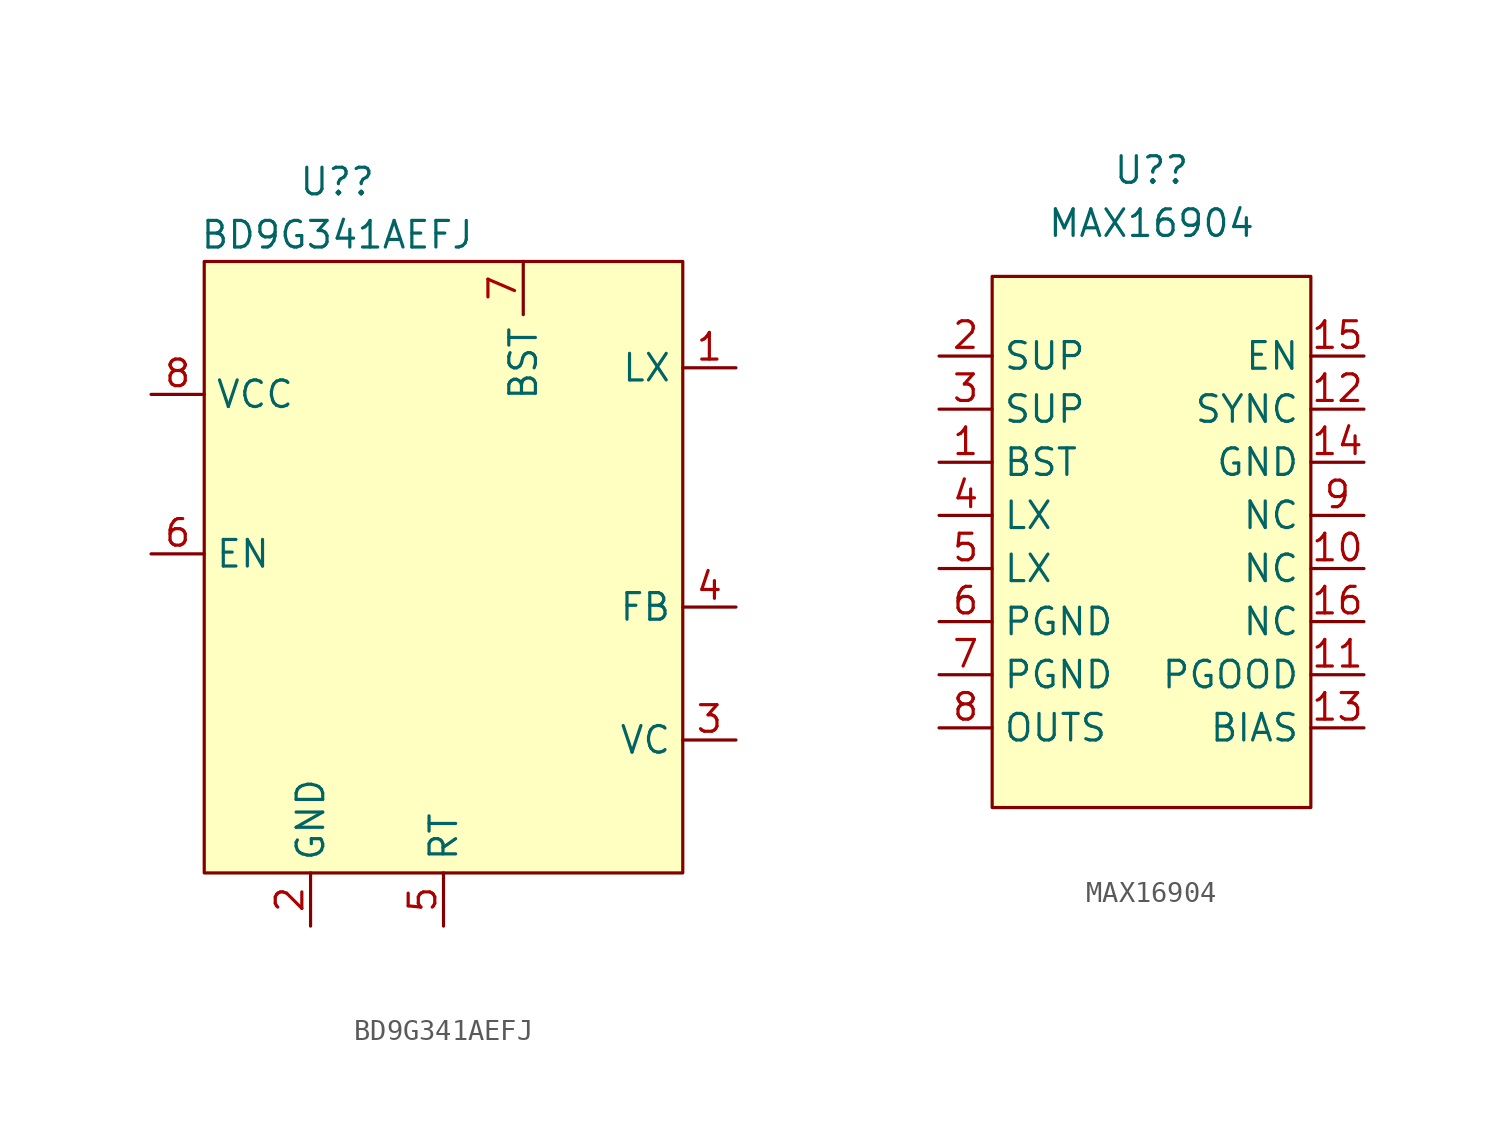
<source format=kicad_sym>
(kicad_symbol_lib
  (version 20220914)
  (generator kicad_symbol_editor)
  (symbol "BD9G341AEFJ"
    (property "Reference" "U?"
      (at -5.08 16.51 0)
      (effects (font (size 1.27 1.27))))
    (property "Value" "BD9G341AEFJ"
      (at -5.08 13.97 0)
      (effects (font (size 1.27 1.27))))
    (symbol "BD9G341AEFJ_0_1"
      (rectangle (start -11.43 12.7) (end 11.43 -16.51) (stroke (width 0) (type default)) (fill (type background))))
    (symbol "BD9G341AEFJ_1_1"
      (pin output line (at 13.97 7.62 180) (length 2.54) (name "LX" (effects (font (size 1.27 1.27)))) (number "1" (effects (font (size 1.27 1.27)))))
      (pin power_in line (at -6.35 -19.05 90) (length 2.54) (name "GND" (effects (font (size 1.27 1.27)))) (number "2" (effects (font (size 1.27 1.27)))))
      (pin input line (at 13.97 -10.16 180) (length 2.54) (name "VC" (effects (font (size 1.27 1.27)))) (number "3" (effects (font (size 1.27 1.27)))))
      (pin input line (at 13.97 -3.81 180) (length 2.54) (name "FB" (effects (font (size 1.27 1.27)))) (number "4" (effects (font (size 1.27 1.27)))))
      (pin input line (at 0 -19.05 90) (length 2.54) (name "RT" (effects (font (size 1.27 1.27)))) (number "5" (effects (font (size 1.27 1.27)))))
      (pin input line (at -13.97 -1.27 0) (length 2.54) (name "EN" (effects (font (size 1.27 1.27)))) (number "6" (effects (font (size 1.27 1.27)))))
      (pin output line (at 3.81 12.7 270) (length 2.54) (name "BST" (effects (font (size 1.27 1.27)))) (number "7" (effects (font (size 1.27 1.27)))))
      (pin power_in line (at -13.97 6.35 0) (length 2.54) (name "VCC" (effects (font (size 1.27 1.27)))) (number "8" (effects (font (size 1.27 1.27)))))))
  (symbol "MAX16904"
    (property "Reference" "U?"
      (at 0 8.89 0)
      (effects (font (size 1.27 1.27))))
    (property "Value" "MAX16904"
      (at 0 6.35 0)
      (effects (font (size 1.27 1.27))))
    (symbol "MAX16904_0_1"
      (rectangle (start -7.62 3.81) (end 7.62 -21.59) (stroke (width 0) (type default)) (fill (type background))))
    (symbol "MAX16904_1_1"
      (pin unspecified line (at -10.16 -5.08 0) (length 2.54) (name "BST" (effects (font (size 1.27 1.27)))) (number "1" (effects (font (size 1.27 1.27)))))
      (pin unspecified line (at 10.16 -10.16 180) (length 2.54) (name "NC" (effects (font (size 1.27 1.27)))) (number "10" (effects (font (size 1.27 1.27)))))
      (pin unspecified line (at 10.16 -15.24 180) (length 2.54) (name "PGOOD" (effects (font (size 1.27 1.27)))) (number "11" (effects (font (size 1.27 1.27)))))
      (pin unspecified line (at 10.16 -2.54 180) (length 2.54) (name "SYNC" (effects (font (size 1.27 1.27)))) (number "12" (effects (font (size 1.27 1.27)))))
      (pin unspecified line (at 10.16 -17.78 180) (length 2.54) (name "BIAS" (effects (font (size 1.27 1.27)))) (number "13" (effects (font (size 1.27 1.27)))))
      (pin unspecified line (at 10.16 -5.08 180) (length 2.54) (name "GND" (effects (font (size 1.27 1.27)))) (number "14" (effects (font (size 1.27 1.27)))))
      (pin unspecified line (at 10.16 0 180) (length 2.54) (name "EN" (effects (font (size 1.27 1.27)))) (number "15" (effects (font (size 1.27 1.27)))))
      (pin unspecified line (at 10.16 -12.7 180) (length 2.54) (name "NC" (effects (font (size 1.27 1.27)))) (number "16" (effects (font (size 1.27 1.27)))))
      (pin unspecified line (at -10.16 0 0) (length 2.54) (name "SUP" (effects (font (size 1.27 1.27)))) (number "2" (effects (font (size 1.27 1.27)))))
      (pin unspecified line (at -10.16 -2.54 0) (length 2.54) (name "SUP" (effects (font (size 1.27 1.27)))) (number "3" (effects (font (size 1.27 1.27)))))
      (pin unspecified line (at -10.16 -7.62 0) (length 2.54) (name "LX" (effects (font (size 1.27 1.27)))) (number "4" (effects (font (size 1.27 1.27)))))
      (pin unspecified line (at -10.16 -10.16 0) (length 2.54) (name "LX" (effects (font (size 1.27 1.27)))) (number "5" (effects (font (size 1.27 1.27)))))
      (pin unspecified line (at -10.16 -12.7 0) (length 2.54) (name "PGND" (effects (font (size 1.27 1.27)))) (number "6" (effects (font (size 1.27 1.27)))))
      (pin unspecified line (at -10.16 -15.24 0) (length 2.54) (name "PGND" (effects (font (size 1.27 1.27)))) (number "7" (effects (font (size 1.27 1.27)))))
      (pin unspecified line (at -10.16 -17.78 0) (length 2.54) (name "OUTS" (effects (font (size 1.27 1.27)))) (number "8" (effects (font (size 1.27 1.27)))))
      (pin unspecified line (at 10.16 -7.62 180) (length 2.54) (name "NC" (effects (font (size 1.27 1.27)))) (number "9" (effects (font (size 1.27 1.27))))))))
</source>
